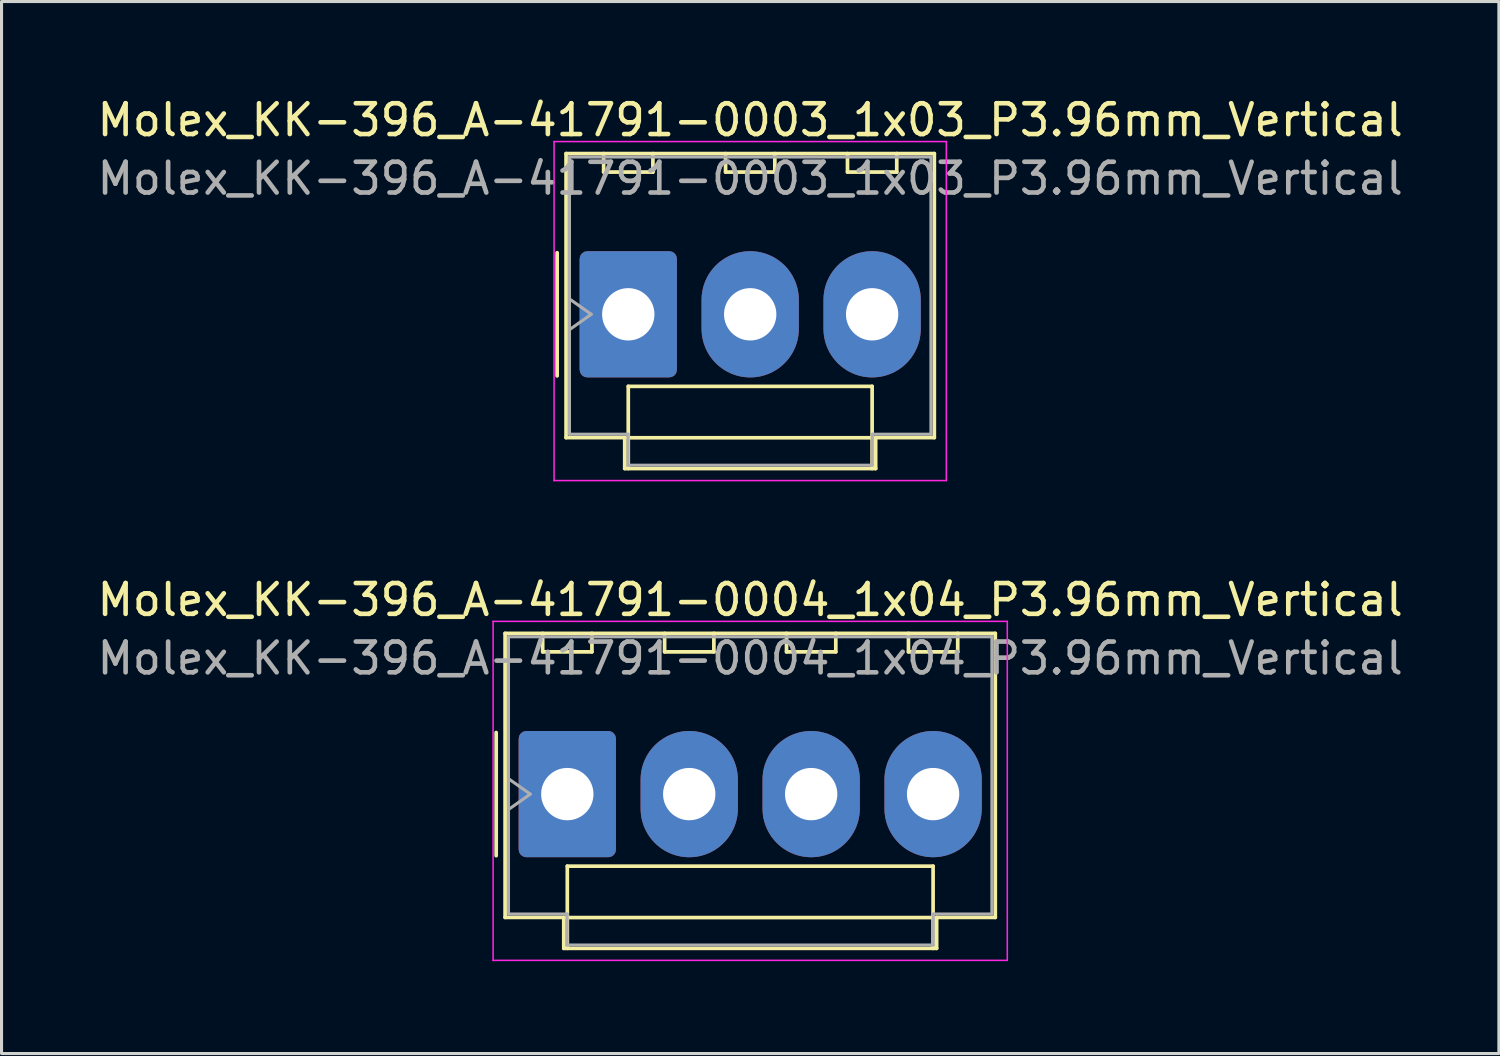
<source format=kicad_pcb>
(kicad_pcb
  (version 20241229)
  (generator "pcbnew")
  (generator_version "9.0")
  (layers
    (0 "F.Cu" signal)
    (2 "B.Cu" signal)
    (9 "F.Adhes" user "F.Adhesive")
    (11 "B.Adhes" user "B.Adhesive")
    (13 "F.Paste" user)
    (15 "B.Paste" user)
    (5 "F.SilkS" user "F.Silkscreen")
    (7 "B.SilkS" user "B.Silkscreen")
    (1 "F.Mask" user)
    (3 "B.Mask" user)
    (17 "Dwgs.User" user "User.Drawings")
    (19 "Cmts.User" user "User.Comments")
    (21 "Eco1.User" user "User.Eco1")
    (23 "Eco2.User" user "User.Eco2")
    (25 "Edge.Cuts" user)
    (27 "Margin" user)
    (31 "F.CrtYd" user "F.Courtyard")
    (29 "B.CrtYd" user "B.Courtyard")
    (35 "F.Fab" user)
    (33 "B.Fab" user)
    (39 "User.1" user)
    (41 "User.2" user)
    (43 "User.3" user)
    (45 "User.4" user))
  (footprint "Molex_KK-396_A-41791-0004_1x04_P3.96mm_Vertical"
    (layer "F.Cu")
    (at 15.375 22.741)
    (property "Reference" "Molex_KK-396_A-41791-0004_1x04_P3.96mm_Vertical" (at 5.94 -6.31 0) (layer "F.SilkS") (effects (font (size 1 1) (thickness 0.15))))
    (attr through_hole)
    (fp_line (start -2.31 -2) (end -2.31 2) (stroke (width 0.12) (type solid)) (layer "F.SilkS"))
    (fp_line (start -2.02 -5.22) (end 13.9 -5.22) (stroke (width 0.12) (type solid)) (layer "F.SilkS"))
    (fp_line (start -2.02 4.005) (end -2.02 -5.22) (stroke (width 0.12) (type solid)) (layer "F.SilkS"))
    (fp_line (start -0.8 -5.22) (end -0.8 -4.62) (stroke (width 0.12) (type solid)) (layer "F.SilkS"))
    (fp_line (start -0.8 -4.62) (end 0.8 -4.62) (stroke (width 0.12) (type solid)) (layer "F.SilkS"))
    (fp_line (start -0.115 4.005) (end -2.02 4.005) (stroke (width 0.12) (type solid)) (layer "F.SilkS"))
    (fp_line (start -0.115 5.01) (end -0.115 4.005) (stroke (width 0.12) (type solid)) (layer "F.SilkS"))
    (fp_line (start 0 2.34) (end 11.88 2.34) (stroke (width 0.12) (type solid)) (layer "F.SilkS"))
    (fp_line (start 0 4.01) (end 0 2.34) (stroke (width 0.12) (type solid)) (layer "F.SilkS"))
    (fp_line (start 0 4.01) (end 11.88 4.01) (stroke (width 0.12) (type solid)) (layer "F.SilkS"))
    (fp_line (start 0 5.01) (end 0 4.01) (stroke (width 0.12) (type solid)) (layer "F.SilkS"))
    (fp_line (start 0.8 -4.62) (end 0.8 -5.22) (stroke (width 0.12) (type solid)) (layer "F.SilkS"))
    (fp_line (start 3.16 -5.22) (end 3.16 -4.62) (stroke (width 0.12) (type solid)) (layer "F.SilkS"))
    (fp_line (start 3.16 -4.62) (end 4.76 -4.62) (stroke (width 0.12) (type solid)) (layer "F.SilkS"))
    (fp_line (start 4.76 -4.62) (end 4.76 -5.22) (stroke (width 0.12) (type solid)) (layer "F.SilkS"))
    (fp_line (start 7.12 -5.22) (end 7.12 -4.62) (stroke (width 0.12) (type solid)) (layer "F.SilkS"))
    (fp_line (start 7.12 -4.62) (end 8.72 -4.62) (stroke (width 0.12) (type solid)) (layer "F.SilkS"))
    (fp_line (start 8.72 -4.62) (end 8.72 -5.22) (stroke (width 0.12) (type solid)) (layer "F.SilkS"))
    (fp_line (start 11.08 -5.22) (end 11.08 -4.62) (stroke (width 0.12) (type solid)) (layer "F.SilkS"))
    (fp_line (start 11.08 -4.62) (end 12.68 -4.62) (stroke (width 0.12) (type solid)) (layer "F.SilkS"))
    (fp_line (start 11.88 2.34) (end 11.88 4.01) (stroke (width 0.12) (type solid)) (layer "F.SilkS"))
    (fp_line (start 11.88 4.01) (end 11.88 5.01) (stroke (width 0.12) (type solid)) (layer "F.SilkS"))
    (fp_line (start 11.995 4.005) (end 11.995 5.01) (stroke (width 0.12) (type solid)) (layer "F.SilkS"))
    (fp_line (start 11.995 5.01) (end -0.115 5.01) (stroke (width 0.12) (type solid)) (layer "F.SilkS"))
    (fp_line (start 12.68 -4.62) (end 12.68 -5.22) (stroke (width 0.12) (type solid)) (layer "F.SilkS"))
    (fp_line (start 13.9 -5.22) (end 13.9 4.005) (stroke (width 0.12) (type solid)) (layer "F.SilkS"))
    (fp_line (start 13.9 4.005) (end 11.995 4.005) (stroke (width 0.12) (type solid)) (layer "F.SilkS"))
    (fp_line (start -2.41 -5.61) (end -2.41 5.4) (stroke (width 0.05) (type solid)) (layer "F.CrtYd"))
    (fp_line (start -2.41 5.4) (end 14.29 5.4) (stroke (width 0.05) (type solid)) (layer "F.CrtYd"))
    (fp_line (start 14.29 -5.61) (end -2.41 -5.61) (stroke (width 0.05) (type solid)) (layer "F.CrtYd"))
    (fp_line (start 14.29 5.4) (end 14.29 -5.61) (stroke (width 0.05) (type solid)) (layer "F.CrtYd"))
    (fp_line (start -1.91 -5.11) (end 13.79 -5.11) (stroke (width 0.1) (type solid)) (layer "F.Fab"))
    (fp_line (start -1.91 -0.5) (end -1.203 0) (stroke (width 0.1) (type solid)) (layer "F.Fab"))
    (fp_line (start -1.91 3.895) (end -1.91 -5.11) (stroke (width 0.1) (type solid)) (layer "F.Fab"))
    (fp_line (start -1.203 0) (end -1.91 0.5) (stroke (width 0.1) (type solid)) (layer "F.Fab"))
    (fp_line (start -0.005 3.895) (end -1.91 3.895) (stroke (width 0.1) (type solid)) (layer "F.Fab"))
    (fp_line (start -0.005 4.9) (end -0.005 3.895) (stroke (width 0.1) (type solid)) (layer "F.Fab"))
    (fp_line (start 11.885 3.895) (end 11.885 4.9) (stroke (width 0.1) (type solid)) (layer "F.Fab"))
    (fp_line (start 11.885 4.9) (end -0.005 4.9) (stroke (width 0.1) (type solid)) (layer "F.Fab"))
    (fp_line (start 13.79 -5.11) (end 13.79 3.895) (stroke (width 0.1) (type solid)) (layer "F.Fab"))
    (fp_line (start 13.79 3.895) (end 11.885 3.895) (stroke (width 0.1) (type solid)) (layer "F.Fab"))
    (fp_text user "${REFERENCE}" (at 5.94 -4.41 0) (layer "F.Fab") (effects (font (size 1 1) (thickness 0.15))))
    (pad "1" thru_hole roundrect (at 0 0) (size 3.16 4.1) (drill 1.7) (layers "*.Cu" "*.Mask") (roundrect_rratio 0.079))
    (pad "2" thru_hole oval (at 3.96 0) (size 3.16 4.1) (drill 1.7) (layers "*.Cu" "*.Mask"))
    (pad "3" thru_hole oval (at 7.92 0) (size 3.16 4.1) (drill 1.7) (layers "*.Cu" "*.Mask"))
    (pad "4" thru_hole oval (at 11.88 0) (size 3.16 4.1) (drill 1.7) (layers "*.Cu" "*.Mask")))
  (footprint "Molex_KK-396_A-41791-0003_1x03_P3.96mm_Vertical"
    (layer "F.Cu")
    (at 17.355 7.158)
    (property "Reference" "Molex_KK-396_A-41791-0003_1x03_P3.96mm_Vertical" (at 3.96 -6.31 0) (layer "F.SilkS") (effects (font (size 1 1) (thickness 0.15))))
    (attr through_hole)
    (fp_line (start -2.31 -2) (end -2.31 2) (stroke (width 0.12) (type solid)) (layer "F.SilkS"))
    (fp_line (start -2.02 -5.22) (end 9.94 -5.22) (stroke (width 0.12) (type solid)) (layer "F.SilkS"))
    (fp_line (start -2.02 4.005) (end -2.02 -5.22) (stroke (width 0.12) (type solid)) (layer "F.SilkS"))
    (fp_line (start -0.8 -5.22) (end -0.8 -4.62) (stroke (width 0.12) (type solid)) (layer "F.SilkS"))
    (fp_line (start -0.8 -4.62) (end 0.8 -4.62) (stroke (width 0.12) (type solid)) (layer "F.SilkS"))
    (fp_line (start -0.115 4.005) (end -2.02 4.005) (stroke (width 0.12) (type solid)) (layer "F.SilkS"))
    (fp_line (start -0.115 5.01) (end -0.115 4.005) (stroke (width 0.12) (type solid)) (layer "F.SilkS"))
    (fp_line (start 0 2.34) (end 7.92 2.34) (stroke (width 0.12) (type solid)) (layer "F.SilkS"))
    (fp_line (start 0 4.01) (end 0 2.34) (stroke (width 0.12) (type solid)) (layer "F.SilkS"))
    (fp_line (start 0 4.01) (end 7.92 4.01) (stroke (width 0.12) (type solid)) (layer "F.SilkS"))
    (fp_line (start 0 5.01) (end 0 4.01) (stroke (width 0.12) (type solid)) (layer "F.SilkS"))
    (fp_line (start 0.8 -4.62) (end 0.8 -5.22) (stroke (width 0.12) (type solid)) (layer "F.SilkS"))
    (fp_line (start 3.16 -5.22) (end 3.16 -4.62) (stroke (width 0.12) (type solid)) (layer "F.SilkS"))
    (fp_line (start 3.16 -4.62) (end 4.76 -4.62) (stroke (width 0.12) (type solid)) (layer "F.SilkS"))
    (fp_line (start 4.76 -4.62) (end 4.76 -5.22) (stroke (width 0.12) (type solid)) (layer "F.SilkS"))
    (fp_line (start 7.12 -5.22) (end 7.12 -4.62) (stroke (width 0.12) (type solid)) (layer "F.SilkS"))
    (fp_line (start 7.12 -4.62) (end 8.72 -4.62) (stroke (width 0.12) (type solid)) (layer "F.SilkS"))
    (fp_line (start 7.92 2.34) (end 7.92 4.01) (stroke (width 0.12) (type solid)) (layer "F.SilkS"))
    (fp_line (start 7.92 4.01) (end 7.92 5.01) (stroke (width 0.12) (type solid)) (layer "F.SilkS"))
    (fp_line (start 8.035 4.005) (end 8.035 5.01) (stroke (width 0.12) (type solid)) (layer "F.SilkS"))
    (fp_line (start 8.035 5.01) (end -0.115 5.01) (stroke (width 0.12) (type solid)) (layer "F.SilkS"))
    (fp_line (start 8.72 -4.62) (end 8.72 -5.22) (stroke (width 0.12) (type solid)) (layer "F.SilkS"))
    (fp_line (start 9.94 -5.22) (end 9.94 4.005) (stroke (width 0.12) (type solid)) (layer "F.SilkS"))
    (fp_line (start 9.94 4.005) (end 8.035 4.005) (stroke (width 0.12) (type solid)) (layer "F.SilkS"))
    (fp_line (start -2.41 -5.61) (end -2.41 5.4) (stroke (width 0.05) (type solid)) (layer "F.CrtYd"))
    (fp_line (start -2.41 5.4) (end 10.33 5.4) (stroke (width 0.05) (type solid)) (layer "F.CrtYd"))
    (fp_line (start 10.33 -5.61) (end -2.41 -5.61) (stroke (width 0.05) (type solid)) (layer "F.CrtYd"))
    (fp_line (start 10.33 5.4) (end 10.33 -5.61) (stroke (width 0.05) (type solid)) (layer "F.CrtYd"))
    (fp_line (start -1.91 -5.11) (end 9.83 -5.11) (stroke (width 0.1) (type solid)) (layer "F.Fab"))
    (fp_line (start -1.91 -0.5) (end -1.203 0) (stroke (width 0.1) (type solid)) (layer "F.Fab"))
    (fp_line (start -1.91 3.895) (end -1.91 -5.11) (stroke (width 0.1) (type solid)) (layer "F.Fab"))
    (fp_line (start -1.203 0) (end -1.91 0.5) (stroke (width 0.1) (type solid)) (layer "F.Fab"))
    (fp_line (start -0.005 3.895) (end -1.91 3.895) (stroke (width 0.1) (type solid)) (layer "F.Fab"))
    (fp_line (start -0.005 4.9) (end -0.005 3.895) (stroke (width 0.1) (type solid)) (layer "F.Fab"))
    (fp_line (start 7.925 3.895) (end 7.925 4.9) (stroke (width 0.1) (type solid)) (layer "F.Fab"))
    (fp_line (start 7.925 4.9) (end -0.005 4.9) (stroke (width 0.1) (type solid)) (layer "F.Fab"))
    (fp_line (start 9.83 -5.11) (end 9.83 3.895) (stroke (width 0.1) (type solid)) (layer "F.Fab"))
    (fp_line (start 9.83 3.895) (end 7.925 3.895) (stroke (width 0.1) (type solid)) (layer "F.Fab"))
    (fp_text user "${REFERENCE}" (at 3.96 -4.41 0) (layer "F.Fab") (effects (font (size 1 1) (thickness 0.15))))
    (pad "1" thru_hole roundrect (at 0 0) (size 3.16 4.1) (drill 1.7) (layers "*.Cu" "*.Mask") (roundrect_rratio 0.079))
    (pad "2" thru_hole oval (at 3.96 0) (size 3.16 4.1) (drill 1.7) (layers "*.Cu" "*.Mask"))
    (pad "3" thru_hole oval (at 7.92 0) (size 3.16 4.1) (drill 1.7) (layers "*.Cu" "*.Mask")))
  (gr_rect
    (start -3 -3)
    (end 45.631 31.166)
    (stroke (width 0.1) (type default))
    (fill no)
    (layer "Edge.Cuts")))
</source>
